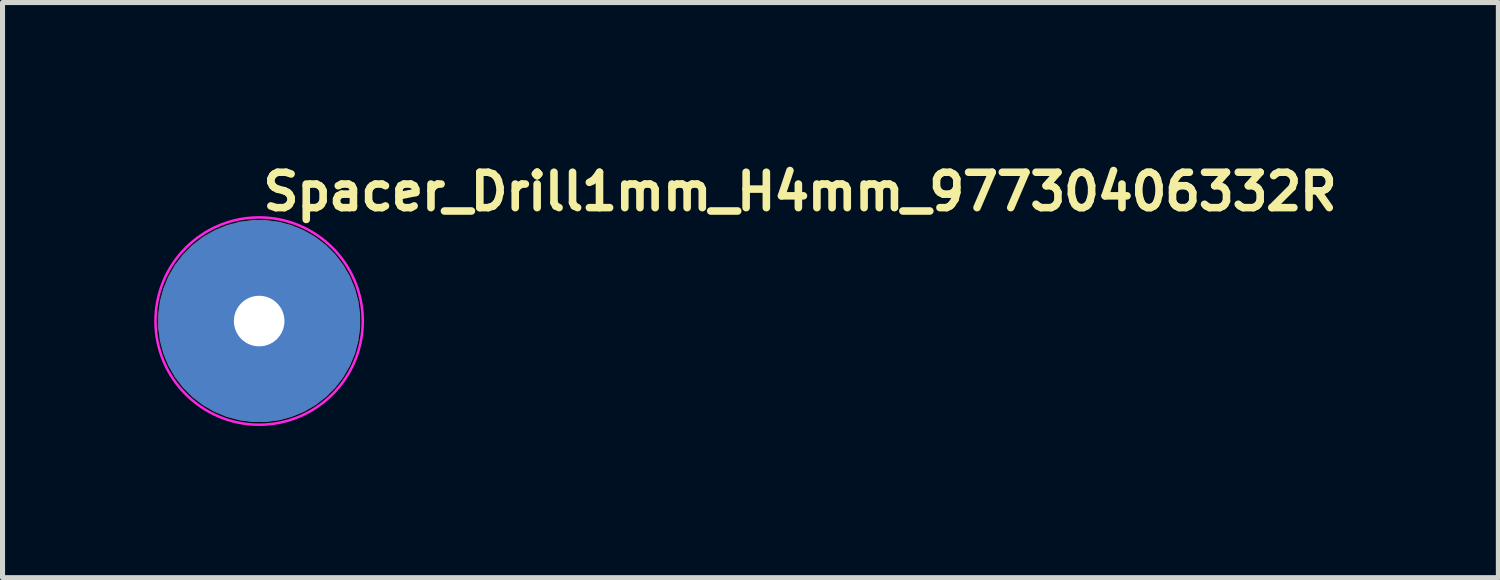
<source format=kicad_pcb>
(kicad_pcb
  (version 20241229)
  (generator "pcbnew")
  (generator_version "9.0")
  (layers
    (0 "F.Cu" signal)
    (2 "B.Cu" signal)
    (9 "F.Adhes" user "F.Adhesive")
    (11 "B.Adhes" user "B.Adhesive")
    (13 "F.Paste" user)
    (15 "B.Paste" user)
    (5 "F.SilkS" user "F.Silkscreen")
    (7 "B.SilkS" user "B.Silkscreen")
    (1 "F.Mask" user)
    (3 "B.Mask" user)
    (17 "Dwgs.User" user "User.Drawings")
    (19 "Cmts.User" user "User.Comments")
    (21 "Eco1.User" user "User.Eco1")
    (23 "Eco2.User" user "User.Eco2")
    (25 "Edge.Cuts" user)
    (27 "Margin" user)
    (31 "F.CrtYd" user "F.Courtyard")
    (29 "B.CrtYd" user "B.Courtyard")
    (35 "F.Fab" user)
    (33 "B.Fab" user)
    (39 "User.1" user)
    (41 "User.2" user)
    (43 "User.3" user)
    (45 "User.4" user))
  (footprint "Spacer_Drill1mm_H4mm_97730406332R"
    (layer "F.Cu")
    (at 2.075 3.3)
    (property "Reference" "Spacer_Drill1mm_H4mm_97730406332R" (at 0 -2.15 0) (unlocked yes) (layer "F.SilkS") (effects (font (size 0.7 0.7) (thickness 0.15)) (justify left bottom)))
    (attr smd)
    (fp_circle (center 0 0) (end 2.05 0) (stroke (width 0.05) (type solid)) (fill no) (layer "F.CrtYd"))
    (fp_rect (start -1.65 -1.65) (end 1.649 1.649) (stroke (width 0.1) (type solid)) (fill no) (layer "User.5"))
    (fp_line (start -1.65 0) (end -1.65 0) (stroke (width 0.02) (type solid)) (layer "User.9"))
    (fp_line (start -1.65 0) (end -1.647 0.084) (stroke (width 0.02) (type solid)) (layer "User.9"))
    (fp_line (start -1.647 -0.085) (end -1.65 0) (stroke (width 0.02) (type solid)) (layer "User.9"))
    (fp_line (start -1.647 0.084) (end -1.642 0.168) (stroke (width 0.02) (type solid)) (layer "User.9"))
    (fp_line (start -1.642 -0.169) (end -1.647 -0.085) (stroke (width 0.02) (type solid)) (layer "User.9"))
    (fp_line (start -1.642 0.168) (end -1.629 0.25) (stroke (width 0.02) (type solid)) (layer "User.9"))
    (fp_line (start -1.629 -0.25) (end -1.642 -0.169) (stroke (width 0.02) (type solid)) (layer "User.9"))
    (fp_line (start -1.629 0.25) (end -1.615 0.333) (stroke (width 0.02) (type solid)) (layer "User.9"))
    (fp_line (start -1.615 -0.333) (end -1.629 -0.25) (stroke (width 0.02) (type solid)) (layer "User.9"))
    (fp_line (start -1.615 0.333) (end -1.597 0.412) (stroke (width 0.02) (type solid)) (layer "User.9"))
    (fp_line (start -1.597 -0.413) (end -1.615 -0.333) (stroke (width 0.02) (type solid)) (layer "User.9"))
    (fp_line (start -1.597 0.412) (end -1.575 0.49) (stroke (width 0.02) (type solid)) (layer "User.9"))
    (fp_line (start -1.575 -0.49) (end -1.597 -0.413) (stroke (width 0.02) (type solid)) (layer "User.9"))
    (fp_line (start -1.575 0.49) (end -1.549 0.567) (stroke (width 0.02) (type solid)) (layer "User.9"))
    (fp_line (start -1.549 -0.567) (end -1.575 -0.49) (stroke (width 0.02) (type solid)) (layer "User.9"))
    (fp_line (start -1.549 0.567) (end -1.52 0.642) (stroke (width 0.02) (type solid)) (layer "User.9"))
    (fp_line (start -1.52 -0.643) (end -1.549 -0.567) (stroke (width 0.02) (type solid)) (layer "User.9"))
    (fp_line (start -1.52 0.642) (end -1.487 0.714) (stroke (width 0.02) (type solid)) (layer "User.9"))
    (fp_line (start -1.487 -0.714) (end -1.52 -0.643) (stroke (width 0.02) (type solid)) (layer "User.9"))
    (fp_line (start -1.487 0.714) (end -1.45 0.786) (stroke (width 0.02) (type solid)) (layer "User.9"))
    (fp_line (start -1.45 -0.787) (end -1.487 -0.714) (stroke (width 0.02) (type solid)) (layer "User.9"))
    (fp_line (start -1.45 0.786) (end -1.41 0.854) (stroke (width 0.02) (type solid)) (layer "User.9"))
    (fp_line (start -1.41 -0.855) (end -1.45 -0.787) (stroke (width 0.02) (type solid)) (layer "User.9"))
    (fp_line (start -1.41 0.854) (end -1.368 0.923) (stroke (width 0.02) (type solid)) (layer "User.9"))
    (fp_line (start -1.368 -0.923) (end -1.41 -0.855) (stroke (width 0.02) (type solid)) (layer "User.9"))
    (fp_line (start -1.368 0.923) (end -1.322 0.987) (stroke (width 0.02) (type solid)) (layer "User.9"))
    (fp_line (start -1.322 -0.987) (end -1.368 -0.923) (stroke (width 0.02) (type solid)) (layer "User.9"))
    (fp_line (start -1.322 0.987) (end -1.272 1.048) (stroke (width 0.02) (type solid)) (layer "User.9"))
    (fp_line (start -1.272 -1.05) (end -1.322 -0.987) (stroke (width 0.02) (type solid)) (layer "User.9"))
    (fp_line (start -1.272 1.048) (end -1.221 1.109) (stroke (width 0.02) (type solid)) (layer "User.9"))
    (fp_line (start -1.221 -1.109) (end -1.272 -1.05) (stroke (width 0.02) (type solid)) (layer "User.9"))
    (fp_line (start -1.221 1.109) (end -1.166 1.165) (stroke (width 0.02) (type solid)) (layer "User.9"))
    (fp_line (start -1.166 -1.166) (end -1.221 -1.109) (stroke (width 0.02) (type solid)) (layer "User.9"))
    (fp_line (start -1.166 1.165) (end -1.11 1.221) (stroke (width 0.02) (type solid)) (layer "User.9"))
    (fp_line (start -1.11 -1.221) (end -1.166 -1.166) (stroke (width 0.02) (type solid)) (layer "User.9"))
    (fp_line (start -1.11 1.221) (end -1.049 1.274) (stroke (width 0.02) (type solid)) (layer "User.9"))
    (fp_line (start -1.049 -1.272) (end -1.11 -1.221) (stroke (width 0.02) (type solid)) (layer "User.9"))
    (fp_line (start -1.049 1.274) (end -0.987 1.322) (stroke (width 0.02) (type solid)) (layer "User.9"))
    (fp_line (start -0.987 -1.322) (end -1.049 -1.272) (stroke (width 0.02) (type solid)) (layer "User.9"))
    (fp_line (start -0.987 1.322) (end -0.923 1.368) (stroke (width 0.02) (type solid)) (layer "User.9"))
    (fp_line (start -0.923 -1.368) (end -0.987 -1.322) (stroke (width 0.02) (type solid)) (layer "User.9"))
    (fp_line (start -0.923 1.368) (end -0.854 1.412) (stroke (width 0.02) (type solid)) (layer "User.9"))
    (fp_line (start -0.854 -1.41) (end -0.923 -1.368) (stroke (width 0.02) (type solid)) (layer "User.9"))
    (fp_line (start -0.854 1.412) (end -0.786 1.45) (stroke (width 0.02) (type solid)) (layer "User.9"))
    (fp_line (start -0.81 0) (end -0.81 0) (stroke (width 0.02) (type solid)) (layer "User.9"))
    (fp_line (start -0.81 0) (end -0.809 0.041) (stroke (width 0.02) (type solid)) (layer "User.9"))
    (fp_line (start -0.809 -0.041) (end -0.81 0) (stroke (width 0.02) (type solid)) (layer "User.9"))
    (fp_line (start -0.809 0.041) (end -0.807 0.083) (stroke (width 0.02) (type solid)) (layer "User.9"))
    (fp_line (start -0.807 -0.083) (end -0.809 -0.041) (stroke (width 0.02) (type solid)) (layer "User.9"))
    (fp_line (start -0.807 0.083) (end -0.801 0.123) (stroke (width 0.02) (type solid)) (layer "User.9"))
    (fp_line (start -0.801 -0.122) (end -0.807 -0.083) (stroke (width 0.02) (type solid)) (layer "User.9"))
    (fp_line (start -0.801 0.123) (end -0.794 0.163) (stroke (width 0.02) (type solid)) (layer "User.9"))
    (fp_line (start -0.794 -0.163) (end -0.801 -0.122) (stroke (width 0.02) (type solid)) (layer "User.9"))
    (fp_line (start -0.794 0.163) (end -0.785 0.202) (stroke (width 0.02) (type solid)) (layer "User.9"))
    (fp_line (start -0.786 -1.451) (end -0.854 -1.41) (stroke (width 0.02) (type solid)) (layer "User.9"))
    (fp_line (start -0.786 1.45) (end -0.714 1.487) (stroke (width 0.02) (type solid)) (layer "User.9"))
    (fp_line (start -0.785 -0.202) (end -0.794 -0.163) (stroke (width 0.02) (type solid)) (layer "User.9"))
    (fp_line (start -0.785 0.202) (end -0.775 0.24) (stroke (width 0.02) (type solid)) (layer "User.9"))
    (fp_line (start -0.775 -0.24) (end -0.785 -0.202) (stroke (width 0.02) (type solid)) (layer "User.9"))
    (fp_line (start -0.775 0.24) (end -0.761 0.278) (stroke (width 0.02) (type solid)) (layer "User.9"))
    (fp_line (start -0.761 -0.278) (end -0.775 -0.24) (stroke (width 0.02) (type solid)) (layer "User.9"))
    (fp_line (start -0.761 0.278) (end -0.745 0.314) (stroke (width 0.02) (type solid)) (layer "User.9"))
    (fp_line (start -0.745 -0.314) (end -0.761 -0.278) (stroke (width 0.02) (type solid)) (layer "User.9"))
    (fp_line (start -0.745 0.314) (end -0.729 0.351) (stroke (width 0.02) (type solid)) (layer "User.9"))
    (fp_line (start -0.729 -0.351) (end -0.745 -0.314) (stroke (width 0.02) (type solid)) (layer "User.9"))
    (fp_line (start -0.729 0.351) (end -0.711 0.386) (stroke (width 0.02) (type solid)) (layer "User.9"))
    (fp_line (start -0.714 -1.487) (end -0.786 -1.451) (stroke (width 0.02) (type solid)) (layer "User.9"))
    (fp_line (start -0.714 1.487) (end -0.642 1.519) (stroke (width 0.02) (type solid)) (layer "User.9"))
    (fp_line (start -0.711 -0.387) (end -0.729 -0.351) (stroke (width 0.02) (type solid)) (layer "User.9"))
    (fp_line (start -0.711 0.386) (end -0.693 0.419) (stroke (width 0.02) (type solid)) (layer "User.9"))
    (fp_line (start -0.693 -0.419) (end -0.711 -0.387) (stroke (width 0.02) (type solid)) (layer "User.9"))
    (fp_line (start -0.693 0.419) (end -0.673 0.453) (stroke (width 0.02) (type solid)) (layer "User.9"))
    (fp_line (start -0.673 -0.454) (end -0.693 -0.419) (stroke (width 0.02) (type solid)) (layer "User.9"))
    (fp_line (start -0.673 0.453) (end -0.65 0.484) (stroke (width 0.02) (type solid)) (layer "User.9"))
    (fp_line (start -0.65 -0.484) (end -0.673 -0.454) (stroke (width 0.02) (type solid)) (layer "User.9"))
    (fp_line (start -0.65 0.484) (end -0.625 0.516) (stroke (width 0.02) (type solid)) (layer "User.9"))
    (fp_line (start -0.642 -1.521) (end -0.714 -1.487) (stroke (width 0.02) (type solid)) (layer "User.9"))
    (fp_line (start -0.642 1.519) (end -0.567 1.548) (stroke (width 0.02) (type solid)) (layer "User.9"))
    (fp_line (start -0.625 -0.516) (end -0.65 -0.484) (stroke (width 0.02) (type solid)) (layer "User.9"))
    (fp_line (start -0.625 0.516) (end -0.599 0.544) (stroke (width 0.02) (type solid)) (layer "User.9"))
    (fp_line (start -0.61 0.013) (end -0.607 0.057) (stroke (width 0.02) (type solid)) (layer "User.9"))
    (fp_line (start -0.609 -0.031) (end -0.61 0.013) (stroke (width 0.02) (type solid)) (layer "User.9"))
    (fp_line (start -0.607 0.057) (end -0.601 0.102) (stroke (width 0.02) (type solid)) (layer "User.9"))
    (fp_line (start -0.604 -0.075) (end -0.609 -0.031) (stroke (width 0.02) (type solid)) (layer "User.9"))
    (fp_line (start -0.601 0.102) (end -0.591 0.145) (stroke (width 0.02) (type solid)) (layer "User.9"))
    (fp_line (start -0.599 -0.544) (end -0.625 -0.516) (stroke (width 0.02) (type solid)) (layer "User.9"))
    (fp_line (start -0.599 0.544) (end -0.573 0.573) (stroke (width 0.02) (type solid)) (layer "User.9"))
    (fp_line (start -0.597 -0.118) (end -0.604 -0.075) (stroke (width 0.02) (type solid)) (layer "User.9"))
    (fp_line (start -0.591 0.145) (end -0.58 0.189) (stroke (width 0.02) (type solid)) (layer "User.9"))
    (fp_line (start -0.588 -0.163) (end -0.597 -0.118) (stroke (width 0.02) (type solid)) (layer "User.9"))
    (fp_line (start -0.58 0.189) (end -0.564 0.233) (stroke (width 0.02) (type solid)) (layer "User.9"))
    (fp_line (start -0.575 -0.205) (end -0.588 -0.163) (stroke (width 0.02) (type solid)) (layer "User.9"))
    (fp_line (start -0.573 -0.573) (end -0.599 -0.544) (stroke (width 0.02) (type solid)) (layer "User.9"))
    (fp_line (start -0.573 0.573) (end -0.544 0.599) (stroke (width 0.02) (type solid)) (layer "User.9"))
    (fp_line (start -0.567 -1.55) (end -0.642 -1.521) (stroke (width 0.02) (type solid)) (layer "User.9"))
    (fp_line (start -0.567 1.548) (end -0.49 1.575) (stroke (width 0.02) (type solid)) (layer "User.9"))
    (fp_line (start -0.564 0.233) (end -0.564 0.233) (stroke (width 0.02) (type solid)) (layer "User.9"))
    (fp_line (start -0.564 0.233) (end -0.554 0.253) (stroke (width 0.02) (type solid)) (layer "User.9"))
    (fp_line (start -0.559 -0.245) (end -0.575 -0.205) (stroke (width 0.02) (type solid)) (layer "User.9"))
    (fp_line (start -0.554 0.253) (end -0.544 0.275) (stroke (width 0.02) (type solid)) (layer "User.9"))
    (fp_line (start -0.544 -0.599) (end -0.573 -0.573) (stroke (width 0.02) (type solid)) (layer "User.9"))
    (fp_line (start -0.544 0.275) (end -0.535 0.294) (stroke (width 0.02) (type solid)) (layer "User.9"))
    (fp_line (start -0.544 0.599) (end -0.516 0.625) (stroke (width 0.02) (type solid)) (layer "User.9"))
    (fp_line (start -0.54 -0.287) (end -0.559 -0.245) (stroke (width 0.02) (type solid)) (layer "User.9"))
    (fp_line (start -0.535 0.294) (end -0.522 0.314) (stroke (width 0.02) (type solid)) (layer "User.9"))
    (fp_line (start -0.522 0.314) (end -0.509 0.334) (stroke (width 0.02) (type solid)) (layer "User.9"))
    (fp_line (start -0.517 -0.326) (end -0.54 -0.287) (stroke (width 0.02) (type solid)) (layer "User.9"))
    (fp_line (start -0.516 -0.625) (end -0.544 -0.599) (stroke (width 0.02) (type solid)) (layer "User.9"))
    (fp_line (start -0.516 0.625) (end -0.484 0.649) (stroke (width 0.02) (type solid)) (layer "User.9"))
    (fp_line (start -0.509 0.334) (end -0.498 0.352) (stroke (width 0.02) (type solid)) (layer "User.9"))
    (fp_line (start -0.498 0.352) (end -0.484 0.37) (stroke (width 0.02) (type solid)) (layer "User.9"))
    (fp_line (start -0.49 -1.576) (end -0.567 -1.55) (stroke (width 0.02) (type solid)) (layer "User.9"))
    (fp_line (start -0.49 -0.362) (end -0.517 -0.326) (stroke (width 0.02) (type solid)) (layer "User.9"))
    (fp_line (start -0.49 1.575) (end -0.413 1.599) (stroke (width 0.02) (type solid)) (layer "User.9"))
    (fp_line (start -0.484 -0.65) (end -0.516 -0.625) (stroke (width 0.02) (type solid)) (layer "User.9"))
    (fp_line (start -0.484 0.37) (end -0.471 0.388) (stroke (width 0.02) (type solid)) (layer "User.9"))
    (fp_line (start -0.484 0.649) (end -0.453 0.673) (stroke (width 0.02) (type solid)) (layer "User.9"))
    (fp_line (start -0.471 0.388) (end -0.456 0.405) (stroke (width 0.02) (type solid)) (layer "User.9"))
    (fp_line (start -0.463 -0.397) (end -0.49 -0.362) (stroke (width 0.02) (type solid)) (layer "User.9"))
    (fp_line (start -0.456 0.405) (end -0.44 0.421) (stroke (width 0.02) (type solid)) (layer "User.9"))
    (fp_line (start -0.453 -0.673) (end -0.484 -0.65) (stroke (width 0.02) (type solid)) (layer "User.9"))
    (fp_line (start -0.453 0.673) (end -0.419 0.693) (stroke (width 0.02) (type solid)) (layer "User.9"))
    (fp_line (start -0.44 0.421) (end -0.424 0.436) (stroke (width 0.02) (type solid)) (layer "User.9"))
    (fp_line (start -0.431 -0.431) (end -0.463 -0.397) (stroke (width 0.02) (type solid)) (layer "User.9"))
    (fp_line (start -0.431 -0.431) (end -0.431 -0.431) (stroke (width 0.02) (type solid)) (layer "User.9"))
    (fp_line (start -0.424 0.436) (end -0.41 0.453) (stroke (width 0.02) (type solid)) (layer "User.9"))
    (fp_line (start -0.419 -0.694) (end -0.453 -0.673) (stroke (width 0.02) (type solid)) (layer "User.9"))
    (fp_line (start -0.419 0.693) (end -0.386 0.711) (stroke (width 0.02) (type solid)) (layer "User.9"))
    (fp_line (start -0.413 -1.598) (end -0.49 -1.576) (stroke (width 0.02) (type solid)) (layer "User.9"))
    (fp_line (start -0.413 1.599) (end -0.333 1.617) (stroke (width 0.02) (type solid)) (layer "User.9"))
    (fp_line (start -0.41 0.453) (end -0.392 0.467) (stroke (width 0.02) (type solid)) (layer "User.9"))
    (fp_line (start -0.397 -0.463) (end -0.431 -0.431) (stroke (width 0.02) (type solid)) (layer "User.9"))
    (fp_line (start -0.392 0.467) (end -0.375 0.48) (stroke (width 0.02) (type solid)) (layer "User.9"))
    (fp_line (start -0.386 -0.711) (end -0.419 -0.694) (stroke (width 0.02) (type solid)) (layer "User.9"))
    (fp_line (start -0.386 0.711) (end -0.35 0.729) (stroke (width 0.02) (type solid)) (layer "User.9"))
    (fp_line (start -0.375 0.48) (end -0.357 0.493) (stroke (width 0.02) (type solid)) (layer "User.9"))
    (fp_line (start -0.362 -0.49) (end -0.397 -0.463) (stroke (width 0.02) (type solid)) (layer "User.9"))
    (fp_line (start -0.357 0.493) (end -0.339 0.506) (stroke (width 0.02) (type solid)) (layer "User.9"))
    (fp_line (start -0.35 -0.73) (end -0.386 -0.711) (stroke (width 0.02) (type solid)) (layer "User.9"))
    (fp_line (start -0.35 0.729) (end -0.314 0.745) (stroke (width 0.02) (type solid)) (layer "User.9"))
    (fp_line (start -0.339 0.506) (end -0.32 0.519) (stroke (width 0.02) (type solid)) (layer "User.9"))
    (fp_line (start -0.333 -1.615) (end -0.413 -1.598) (stroke (width 0.02) (type solid)) (layer "User.9"))
    (fp_line (start -0.333 1.617) (end -0.251 1.631) (stroke (width 0.02) (type solid)) (layer "User.9"))
    (fp_line (start -0.325 -0.516) (end -0.362 -0.49) (stroke (width 0.02) (type solid)) (layer "User.9"))
    (fp_line (start -0.32 0.519) (end -0.301 0.53) (stroke (width 0.02) (type solid)) (layer "User.9"))
    (fp_line (start -0.314 -0.746) (end -0.35 -0.73) (stroke (width 0.02) (type solid)) (layer "User.9"))
    (fp_line (start -0.314 0.745) (end -0.278 0.761) (stroke (width 0.02) (type solid)) (layer "User.9"))
    (fp_line (start -0.301 0.53) (end -0.282 0.541) (stroke (width 0.02) (type solid)) (layer "User.9"))
    (fp_line (start -0.286 -0.54) (end -0.325 -0.516) (stroke (width 0.02) (type solid)) (layer "User.9"))
    (fp_line (start -0.282 0.541) (end -0.262 0.551) (stroke (width 0.02) (type solid)) (layer "User.9"))
    (fp_line (start -0.278 -0.761) (end -0.314 -0.746) (stroke (width 0.02) (type solid)) (layer "User.9"))
    (fp_line (start -0.278 0.761) (end -0.24 0.774) (stroke (width 0.02) (type solid)) (layer "User.9"))
    (fp_line (start -0.262 0.551) (end -0.24 0.56) (stroke (width 0.02) (type solid)) (layer "User.9"))
    (fp_line (start -0.251 -1.63) (end -0.333 -1.615) (stroke (width 0.02) (type solid)) (layer "User.9"))
    (fp_line (start -0.251 1.631) (end -0.168 1.641) (stroke (width 0.02) (type solid)) (layer "User.9"))
    (fp_line (start -0.245 -0.559) (end -0.286 -0.54) (stroke (width 0.02) (type solid)) (layer "User.9"))
    (fp_line (start -0.24 -0.775) (end -0.278 -0.761) (stroke (width 0.02) (type solid)) (layer "User.9"))
    (fp_line (start -0.24 0.56) (end -0.221 0.569) (stroke (width 0.02) (type solid)) (layer "User.9"))
    (fp_line (start -0.24 0.774) (end -0.203 0.785) (stroke (width 0.02) (type solid)) (layer "User.9"))
    (fp_line (start -0.221 0.569) (end -0.2 0.577) (stroke (width 0.02) (type solid)) (layer "User.9"))
    (fp_line (start -0.205 -0.576) (end -0.245 -0.559) (stroke (width 0.02) (type solid)) (layer "User.9"))
    (fp_line (start -0.203 -0.785) (end -0.24 -0.775) (stroke (width 0.02) (type solid)) (layer "User.9"))
    (fp_line (start -0.203 0.785) (end -0.163 0.794) (stroke (width 0.02) (type solid)) (layer "User.9"))
    (fp_line (start -0.2 0.577) (end -0.179 0.583) (stroke (width 0.02) (type solid)) (layer "User.9"))
    (fp_line (start -0.179 0.583) (end -0.157 0.588) (stroke (width 0.02) (type solid)) (layer "User.9"))
    (fp_line (start -0.168 -1.641) (end -0.251 -1.63) (stroke (width 0.02) (type solid)) (layer "User.9"))
    (fp_line (start -0.168 1.641) (end -0.084 1.646) (stroke (width 0.02) (type solid)) (layer "User.9"))
    (fp_line (start -0.163 -0.794) (end -0.203 -0.785) (stroke (width 0.02) (type solid)) (layer "User.9"))
    (fp_line (start -0.163 -0.588) (end -0.205 -0.576) (stroke (width 0.02) (type solid)) (layer "User.9"))
    (fp_line (start -0.163 0.794) (end -0.123 0.801) (stroke (width 0.02) (type solid)) (layer "User.9"))
    (fp_line (start -0.157 0.588) (end -0.136 0.594) (stroke (width 0.02) (type solid)) (layer "User.9"))
    (fp_line (start -0.136 0.594) (end -0.113 0.599) (stroke (width 0.02) (type solid)) (layer "User.9"))
    (fp_line (start -0.123 -0.801) (end -0.163 -0.794) (stroke (width 0.02) (type solid)) (layer "User.9"))
    (fp_line (start -0.123 0.801) (end -0.083 0.806) (stroke (width 0.02) (type solid)) (layer "User.9"))
    (fp_line (start -0.118 -0.598) (end -0.163 -0.588) (stroke (width 0.02) (type solid)) (layer "User.9"))
    (fp_line (start -0.113 0.599) (end -0.091 0.602) (stroke (width 0.02) (type solid)) (layer "User.9"))
    (fp_line (start -0.091 0.602) (end -0.068 0.605) (stroke (width 0.02) (type solid)) (layer "User.9"))
    (fp_line (start -0.084 -1.647) (end -0.168 -1.641) (stroke (width 0.02) (type solid)) (layer "User.9"))
    (fp_line (start -0.084 1.646) (end 0.001 1.649) (stroke (width 0.02) (type solid)) (layer "User.9"))
    (fp_line (start -0.083 -0.807) (end -0.123 -0.801) (stroke (width 0.02) (type solid)) (layer "User.9"))
    (fp_line (start -0.083 0.806) (end -0.041 0.809) (stroke (width 0.02) (type solid)) (layer "User.9"))
    (fp_line (start -0.075 -0.605) (end -0.118 -0.598) (stroke (width 0.02) (type solid)) (layer "User.9"))
    (fp_line (start -0.068 0.605) (end -0.044 0.607) (stroke (width 0.02) (type solid)) (layer "User.9"))
    (fp_line (start -0.044 0.607) (end -0.022 0.609) (stroke (width 0.02) (type solid)) (layer "User.9"))
    (fp_line (start -0.041 -0.81) (end -0.083 -0.807) (stroke (width 0.02) (type solid)) (layer "User.9"))
    (fp_line (start -0.041 0.809) (end 0.001 0.81) (stroke (width 0.02) (type solid)) (layer "User.9"))
    (fp_line (start -0.03 -0.609) (end -0.075 -0.605) (stroke (width 0.02) (type solid)) (layer "User.9"))
    (fp_line (start -0.022 0.609) (end 0.001 0.609) (stroke (width 0.02) (type solid)) (layer "User.9"))
    (fp_line (start 0.001 -1.65) (end -0.084 -1.647) (stroke (width 0.02) (type solid)) (layer "User.9"))
    (fp_line (start 0.001 -1.65) (end 0.001 -1.65) (stroke (width 0.02) (type solid)) (layer "User.9"))
    (fp_line (start 0.001 -0.81) (end -0.041 -0.81) (stroke (width 0.02) (type solid)) (layer "User.9"))
    (fp_line (start 0.001 -0.81) (end 0.001 -0.81) (stroke (width 0.02) (type solid)) (layer "User.9"))
    (fp_line (start 0.001 0.609) (end 0.03 0.609) (stroke (width 0.02) (type solid)) (layer "User.9"))
    (fp_line (start 0.001 0.81) (end 0.001 0.81) (stroke (width 0.02) (type solid)) (layer "User.9"))
    (fp_line (start 0.001 0.81) (end 0.041 0.809) (stroke (width 0.02) (type solid)) (layer "User.9"))
    (fp_line (start 0.001 1.649) (end 0.001 1.649) (stroke (width 0.02) (type solid)) (layer "User.9"))
    (fp_line (start 0.001 1.649) (end 0.084 1.646) (stroke (width 0.02) (type solid)) (layer "User.9"))
    (fp_line (start 0.014 -0.609) (end -0.03 -0.609) (stroke (width 0.02) (type solid)) (layer "User.9"))
    (fp_line (start 0.03 0.609) (end 0.06 0.607) (stroke (width 0.02) (type solid)) (layer "User.9"))
    (fp_line (start 0.041 -0.81) (end 0.001 -0.81) (stroke (width 0.02) (type solid)) (layer "User.9"))
    (fp_line (start 0.041 0.809) (end 0.083 0.806) (stroke (width 0.02) (type solid)) (layer "User.9"))
    (fp_line (start 0.057 -0.607) (end 0.014 -0.609) (stroke (width 0.02) (type solid)) (layer "User.9"))
    (fp_line (start 0.06 0.607) (end 0.089 0.602) (stroke (width 0.02) (type solid)) (layer "User.9"))
    (fp_line (start 0.083 -0.807) (end 0.041 -0.81) (stroke (width 0.02) (type solid)) (layer "User.9"))
    (fp_line (start 0.083 0.806) (end 0.123 0.801) (stroke (width 0.02) (type solid)) (layer "User.9"))
    (fp_line (start 0.084 -1.647) (end 0.001 -1.65) (stroke (width 0.02) (type solid)) (layer "User.9"))
    (fp_line (start 0.084 1.646) (end 0.169 1.641) (stroke (width 0.02) (type solid)) (layer "User.9"))
    (fp_line (start 0.089 0.602) (end 0.12 0.597) (stroke (width 0.02) (type solid)) (layer "User.9"))
    (fp_line (start 0.102 -0.601) (end 0.057 -0.607) (stroke (width 0.02) (type solid)) (layer "User.9"))
    (fp_line (start 0.12 0.597) (end 0.147 0.591) (stroke (width 0.02) (type solid)) (layer "User.9"))
    (fp_line (start 0.123 -0.801) (end 0.083 -0.807) (stroke (width 0.02) (type solid)) (layer "User.9"))
    (fp_line (start 0.123 0.801) (end 0.163 0.794) (stroke (width 0.02) (type solid)) (layer "User.9"))
    (fp_line (start 0.145 -0.592) (end 0.102 -0.601) (stroke (width 0.02) (type solid)) (layer "User.9"))
    (fp_line (start 0.147 0.591) (end 0.177 0.583) (stroke (width 0.02) (type solid)) (layer "User.9"))
    (fp_line (start 0.163 -0.794) (end 0.123 -0.801) (stroke (width 0.02) (type solid)) (layer "User.9"))
    (fp_line (start 0.163 0.794) (end 0.203 0.785) (stroke (width 0.02) (type solid)) (layer "User.9"))
    (fp_line (start 0.169 -1.641) (end 0.084 -1.647) (stroke (width 0.02) (type solid)) (layer "User.9"))
    (fp_line (start 0.169 1.641) (end 0.251 1.631) (stroke (width 0.02) (type solid)) (layer "User.9"))
    (fp_line (start 0.177 0.583) (end 0.206 0.575) (stroke (width 0.02) (type solid)) (layer "User.9"))
    (fp_line (start 0.19 -0.58) (end 0.145 -0.592) (stroke (width 0.02) (type solid)) (layer "User.9"))
    (fp_line (start 0.203 -0.785) (end 0.163 -0.794) (stroke (width 0.02) (type solid)) (layer "User.9"))
    (fp_line (start 0.203 0.785) (end 0.24 0.774) (stroke (width 0.02) (type solid)) (layer "User.9"))
    (fp_line (start 0.206 0.575) (end 0.233 0.564) (stroke (width 0.02) (type solid)) (layer "User.9"))
    (fp_line (start 0.233 -0.564) (end 0.19 -0.58) (stroke (width 0.02) (type solid)) (layer "User.9"))
    (fp_line (start 0.233 -0.564) (end 0.233 -0.564) (stroke (width 0.02) (type solid)) (layer "User.9"))
    (fp_line (start 0.233 0.564) (end 0.261 0.551) (stroke (width 0.02) (type solid)) (layer "User.9"))
    (fp_line (start 0.24 -0.775) (end 0.203 -0.785) (stroke (width 0.02) (type solid)) (layer "User.9"))
    (fp_line (start 0.24 0.774) (end 0.278 0.761) (stroke (width 0.02) (type solid)) (layer "User.9"))
    (fp_line (start 0.251 -1.63) (end 0.169 -1.641) (stroke (width 0.02) (type solid)) (layer "User.9"))
    (fp_line (start 0.251 1.631) (end 0.333 1.617) (stroke (width 0.02) (type solid)) (layer "User.9"))
    (fp_line (start 0.261 0.551) (end 0.288 0.538) (stroke (width 0.02) (type solid)) (layer "User.9"))
    (fp_line (start 0.275 -0.544) (end 0.233 -0.564) (stroke (width 0.02) (type solid)) (layer "User.9"))
    (fp_line (start 0.278 -0.761) (end 0.24 -0.775) (stroke (width 0.02) (type solid)) (layer "User.9"))
    (fp_line (start 0.278 0.761) (end 0.315 0.745) (stroke (width 0.02) (type solid)) (layer "User.9"))
    (fp_line (start 0.288 0.538) (end 0.312 0.524) (stroke (width 0.02) (type solid)) (layer "User.9"))
    (fp_line (start 0.312 0.524) (end 0.339 0.506) (stroke (width 0.02) (type solid)) (layer "User.9"))
    (fp_line (start 0.315 -0.746) (end 0.278 -0.761) (stroke (width 0.02) (type solid)) (layer "User.9"))
    (fp_line (start 0.315 -0.522) (end 0.275 -0.544) (stroke (width 0.02) (type solid)) (layer "User.9"))
    (fp_line (start 0.315 0.745) (end 0.352 0.729) (stroke (width 0.02) (type solid)) (layer "User.9"))
    (fp_line (start 0.333 -1.615) (end 0.251 -1.63) (stroke (width 0.02) (type solid)) (layer "User.9"))
    (fp_line (start 0.333 1.617) (end 0.413 1.599) (stroke (width 0.02) (type solid)) (layer "User.9"))
    (fp_line (start 0.339 0.506) (end 0.363 0.49) (stroke (width 0.02) (type solid)) (layer "User.9"))
    (fp_line (start 0.352 -0.73) (end 0.315 -0.746) (stroke (width 0.02) (type solid)) (layer "User.9"))
    (fp_line (start 0.352 -0.497) (end 0.315 -0.522) (stroke (width 0.02) (type solid)) (layer "User.9"))
    (fp_line (start 0.352 0.729) (end 0.387 0.711) (stroke (width 0.02) (type solid)) (layer "User.9"))
    (fp_line (start 0.363 0.49) (end 0.387 0.472) (stroke (width 0.02) (type solid)) (layer "User.9"))
    (fp_line (start 0.387 -0.711) (end 0.352 -0.73) (stroke (width 0.02) (type solid)) (layer "User.9"))
    (fp_line (start 0.387 0.472) (end 0.41 0.452) (stroke (width 0.02) (type solid)) (layer "User.9"))
    (fp_line (start 0.387 0.711) (end 0.419 0.693) (stroke (width 0.02) (type solid)) (layer "User.9"))
    (fp_line (start 0.389 -0.471) (end 0.352 -0.497) (stroke (width 0.02) (type solid)) (layer "User.9"))
    (fp_line (start 0.41 0.452) (end 0.431 0.431) (stroke (width 0.02) (type solid)) (layer "User.9"))
    (fp_line (start 0.413 -1.598) (end 0.333 -1.615) (stroke (width 0.02) (type solid)) (layer "User.9"))
    (fp_line (start 0.413 1.599) (end 0.49 1.575) (stroke (width 0.02) (type solid)) (layer "User.9"))
    (fp_line (start 0.419 -0.694) (end 0.387 -0.711) (stroke (width 0.02) (type solid)) (layer "User.9"))
    (fp_line (start 0.419 0.693) (end 0.453 0.673) (stroke (width 0.02) (type solid)) (layer "User.9"))
    (fp_line (start 0.421 -0.441) (end 0.389 -0.471) (stroke (width 0.02) (type solid)) (layer "User.9"))
    (fp_line (start 0.431 0.431) (end 0.431 0.431) (stroke (width 0.02) (type solid)) (layer "User.9"))
    (fp_line (start 0.431 0.431) (end 0.453 0.41) (stroke (width 0.02) (type solid)) (layer "User.9"))
    (fp_line (start 0.453 -0.673) (end 0.419 -0.694) (stroke (width 0.02) (type solid)) (layer "User.9"))
    (fp_line (start 0.453 -0.41) (end 0.421 -0.441) (stroke (width 0.02) (type solid)) (layer "User.9"))
    (fp_line (start 0.453 0.41) (end 0.472 0.386) (stroke (width 0.02) (type solid)) (layer "User.9"))
    (fp_line (start 0.453 0.673) (end 0.484 0.649) (stroke (width 0.02) (type solid)) (layer "User.9"))
    (fp_line (start 0.472 0.386) (end 0.49 0.362) (stroke (width 0.02) (type solid)) (layer "User.9"))
    (fp_line (start 0.48 -0.375) (end 0.453 -0.41) (stroke (width 0.02) (type solid)) (layer "User.9"))
    (fp_line (start 0.484 -0.65) (end 0.453 -0.673) (stroke (width 0.02) (type solid)) (layer "User.9"))
    (fp_line (start 0.484 0.649) (end 0.516 0.625) (stroke (width 0.02) (type solid)) (layer "User.9"))
    (fp_line (start 0.49 -1.576) (end 0.413 -1.598) (stroke (width 0.02) (type solid)) (layer "User.9"))
    (fp_line (start 0.49 0.362) (end 0.506 0.338) (stroke (width 0.02) (type solid)) (layer "User.9"))
    (fp_line (start 0.49 1.575) (end 0.567 1.548) (stroke (width 0.02) (type solid)) (layer "User.9"))
    (fp_line (start 0.506 -0.339) (end 0.48 -0.375) (stroke (width 0.02) (type solid)) (layer "User.9"))
    (fp_line (start 0.506 0.338) (end 0.524 0.312) (stroke (width 0.02) (type solid)) (layer "User.9"))
    (fp_line (start 0.516 -0.625) (end 0.484 -0.65) (stroke (width 0.02) (type solid)) (layer "User.9"))
    (fp_line (start 0.516 0.625) (end 0.544 0.599) (stroke (width 0.02) (type solid)) (layer "User.9"))
    (fp_line (start 0.524 0.312) (end 0.538 0.287) (stroke (width 0.02) (type solid)) (layer "User.9"))
    (fp_line (start 0.53 -0.301) (end 0.506 -0.339) (stroke (width 0.02) (type solid)) (layer "User.9"))
    (fp_line (start 0.538 0.287) (end 0.552 0.261) (stroke (width 0.02) (type solid)) (layer "User.9"))
    (fp_line (start 0.544 -0.599) (end 0.516 -0.625) (stroke (width 0.02) (type solid)) (layer "User.9"))
    (fp_line (start 0.544 0.599) (end 0.573 0.573) (stroke (width 0.02) (type solid)) (layer "User.9"))
    (fp_line (start 0.552 -0.262) (end 0.53 -0.301) (stroke (width 0.02) (type solid)) (layer "User.9"))
    (fp_line (start 0.552 0.261) (end 0.565 0.233) (stroke (width 0.02) (type solid)) (layer "User.9"))
    (fp_line (start 0.565 0.233) (end 0.575 0.205) (stroke (width 0.02) (type solid)) (layer "User.9"))
    (fp_line (start 0.567 -1.55) (end 0.49 -1.576) (stroke (width 0.02) (type solid)) (layer "User.9"))
    (fp_line (start 0.567 1.548) (end 0.642 1.519) (stroke (width 0.02) (type solid)) (layer "User.9"))
    (fp_line (start 0.57 -0.221) (end 0.552 -0.262) (stroke (width 0.02) (type solid)) (layer "User.9"))
    (fp_line (start 0.573 -0.573) (end 0.544 -0.599) (stroke (width 0.02) (type solid)) (layer "User.9"))
    (fp_line (start 0.573 0.573) (end 0.599 0.544) (stroke (width 0.02) (type solid)) (layer "User.9"))
    (fp_line (start 0.575 0.205) (end 0.583 0.176) (stroke (width 0.02) (type solid)) (layer "User.9"))
    (fp_line (start 0.583 -0.179) (end 0.57 -0.221) (stroke (width 0.02) (type solid)) (layer "User.9"))
    (fp_line (start 0.583 0.176) (end 0.591 0.147) (stroke (width 0.02) (type solid)) (layer "User.9"))
    (fp_line (start 0.591 0.147) (end 0.597 0.12) (stroke (width 0.02) (type solid)) (layer "User.9"))
    (fp_line (start 0.594 -0.136) (end 0.583 -0.179) (stroke (width 0.02) (type solid)) (layer "User.9"))
    (fp_line (start 0.597 0.12) (end 0.602 0.089) (stroke (width 0.02) (type solid)) (layer "User.9"))
    (fp_line (start 0.599 -0.544) (end 0.573 -0.573) (stroke (width 0.02) (type solid)) (layer "User.9"))
    (fp_line (start 0.599 0.544) (end 0.625 0.516) (stroke (width 0.02) (type solid)) (layer "User.9"))
    (fp_line (start 0.602 -0.091) (end 0.594 -0.136) (stroke (width 0.02) (type solid)) (layer "User.9"))
    (fp_line (start 0.602 0.089) (end 0.607 0.059) (stroke (width 0.02) (type solid)) (layer "User.9"))
    (fp_line (start 0.607 -0.044) (end 0.602 -0.091) (stroke (width 0.02) (type solid)) (layer "User.9"))
    (fp_line (start 0.607 0.059) (end 0.609 0.029) (stroke (width 0.02) (type solid)) (layer "User.9"))
    (fp_line (start 0.609 0.029) (end 0.61 0) (stroke (width 0.02) (type solid)) (layer "User.9"))
    (fp_line (start 0.61 0) (end 0.607 -0.044) (stroke (width 0.02) (type solid)) (layer "User.9"))
    (fp_line (start 0.625 -0.516) (end 0.599 -0.544) (stroke (width 0.02) (type solid)) (layer "User.9"))
    (fp_line (start 0.625 0.516) (end 0.65 0.484) (stroke (width 0.02) (type solid)) (layer "User.9"))
    (fp_line (start 0.642 -1.521) (end 0.567 -1.55) (stroke (width 0.02) (type solid)) (layer "User.9"))
    (fp_line (start 0.642 1.519) (end 0.714 1.487) (stroke (width 0.02) (type solid)) (layer "User.9"))
    (fp_line (start 0.65 -0.484) (end 0.625 -0.516) (stroke (width 0.02) (type solid)) (layer "User.9"))
    (fp_line (start 0.65 0.484) (end 0.673 0.453) (stroke (width 0.02) (type solid)) (layer "User.9"))
    (fp_line (start 0.673 -0.454) (end 0.65 -0.484) (stroke (width 0.02) (type solid)) (layer "User.9"))
    (fp_line (start 0.673 0.453) (end 0.693 0.419) (stroke (width 0.02) (type solid)) (layer "User.9"))
    (fp_line (start 0.693 -0.419) (end 0.673 -0.454) (stroke (width 0.02) (type solid)) (layer "User.9"))
    (fp_line (start 0.693 0.419) (end 0.712 0.386) (stroke (width 0.02) (type solid)) (layer "User.9"))
    (fp_line (start 0.712 -0.387) (end 0.693 -0.419) (stroke (width 0.02) (type solid)) (layer "User.9"))
    (fp_line (start 0.712 0.386) (end 0.73 0.351) (stroke (width 0.02) (type solid)) (layer "User.9"))
    (fp_line (start 0.714 -1.487) (end 0.642 -1.521) (stroke (width 0.02) (type solid)) (layer "User.9"))
    (fp_line (start 0.714 1.487) (end 0.786 1.45) (stroke (width 0.02) (type solid)) (layer "User.9"))
    (fp_line (start 0.73 -0.351) (end 0.712 -0.387) (stroke (width 0.02) (type solid)) (layer "User.9"))
    (fp_line (start 0.73 0.351) (end 0.746 0.314) (stroke (width 0.02) (type solid)) (layer "User.9"))
    (fp_line (start 0.746 -0.314) (end 0.73 -0.351) (stroke (width 0.02) (type solid)) (layer "User.9"))
    (fp_line (start 0.746 0.314) (end 0.761 0.278) (stroke (width 0.02) (type solid)) (layer "User.9"))
    (fp_line (start 0.761 -0.278) (end 0.746 -0.314) (stroke (width 0.02) (type solid)) (layer "User.9"))
    (fp_line (start 0.761 0.278) (end 0.774 0.24) (stroke (width 0.02) (type solid)) (layer "User.9"))
    (fp_line (start 0.774 -0.24) (end 0.761 -0.278) (stroke (width 0.02) (type solid)) (layer "User.9"))
    (fp_line (start 0.774 0.24) (end 0.785 0.202) (stroke (width 0.02) (type solid)) (layer "User.9"))
    (fp_line (start 0.785 -0.202) (end 0.774 -0.24) (stroke (width 0.02) (type solid)) (layer "User.9"))
    (fp_line (start 0.785 0.202) (end 0.794 0.163) (stroke (width 0.02) (type solid)) (layer "User.9"))
    (fp_line (start 0.786 -1.451) (end 0.714 -1.487) (stroke (width 0.02) (type solid)) (layer "User.9"))
    (fp_line (start 0.786 1.45) (end 0.855 1.412) (stroke (width 0.02) (type solid)) (layer "User.9"))
    (fp_line (start 0.794 -0.163) (end 0.785 -0.202) (stroke (width 0.02) (type solid)) (layer "User.9"))
    (fp_line (start 0.794 0.163) (end 0.802 0.123) (stroke (width 0.02) (type solid)) (layer "User.9"))
    (fp_line (start 0.802 -0.122) (end 0.794 -0.163) (stroke (width 0.02) (type solid)) (layer "User.9"))
    (fp_line (start 0.802 0.123) (end 0.806 0.083) (stroke (width 0.02) (type solid)) (layer "User.9"))
    (fp_line (start 0.806 -0.083) (end 0.802 -0.122) (stroke (width 0.02) (type solid)) (layer "User.9"))
    (fp_line (start 0.806 0.083) (end 0.81 0.041) (stroke (width 0.02) (type solid)) (layer "User.9"))
    (fp_line (start 0.81 -0.041) (end 0.806 -0.083) (stroke (width 0.02) (type solid)) (layer "User.9"))
    (fp_line (start 0.81 0) (end 0.81 -0.041) (stroke (width 0.02) (type solid)) (layer "User.9"))
    (fp_line (start 0.81 0) (end 0.81 0) (stroke (width 0.02) (type solid)) (layer "User.9"))
    (fp_line (start 0.81 0) (end 0.81 0) (stroke (width 0.02) (type solid)) (layer "User.9"))
    (fp_line (start 0.81 0.041) (end 0.81 0) (stroke (width 0.02) (type solid)) (layer "User.9"))
    (fp_line (start 0.855 -1.41) (end 0.786 -1.451) (stroke (width 0.02) (type solid)) (layer "User.9"))
    (fp_line (start 0.855 1.412) (end 0.923 1.368) (stroke (width 0.02) (type solid)) (layer "User.9"))
    (fp_line (start 0.923 -1.368) (end 0.855 -1.41) (stroke (width 0.02) (type solid)) (layer "User.9"))
    (fp_line (start 0.923 1.368) (end 0.987 1.322) (stroke (width 0.02) (type solid)) (layer "User.9"))
    (fp_line (start 0.987 -1.322) (end 0.923 -1.368) (stroke (width 0.02) (type solid)) (layer "User.9"))
    (fp_line (start 0.987 1.322) (end 1.049 1.274) (stroke (width 0.02) (type solid)) (layer "User.9"))
    (fp_line (start 1.049 -1.272) (end 0.987 -1.322) (stroke (width 0.02) (type solid)) (layer "User.9"))
    (fp_line (start 1.049 1.274) (end 1.109 1.221) (stroke (width 0.02) (type solid)) (layer "User.9"))
    (fp_line (start 1.109 -1.221) (end 1.049 -1.272) (stroke (width 0.02) (type solid)) (layer "User.9"))
    (fp_line (start 1.109 1.221) (end 1.166 1.165) (stroke (width 0.02) (type solid)) (layer "User.9"))
    (fp_line (start 1.166 -1.166) (end 1.109 -1.221) (stroke (width 0.02) (type solid)) (layer "User.9"))
    (fp_line (start 1.166 1.165) (end 1.222 1.109) (stroke (width 0.02) (type solid)) (layer "User.9"))
    (fp_line (start 1.222 -1.109) (end 1.166 -1.166) (stroke (width 0.02) (type solid)) (layer "User.9"))
    (fp_line (start 1.222 1.109) (end 1.274 1.048) (stroke (width 0.02) (type solid)) (layer "User.9"))
    (fp_line (start 1.274 -1.05) (end 1.222 -1.109) (stroke (width 0.02) (type solid)) (layer "User.9"))
    (fp_line (start 1.274 1.048) (end 1.323 0.987) (stroke (width 0.02) (type solid)) (layer "User.9"))
    (fp_line (start 1.323 -0.987) (end 1.274 -1.05) (stroke (width 0.02) (type solid)) (layer "User.9"))
    (fp_line (start 1.323 0.987) (end 1.369 0.923) (stroke (width 0.02) (type solid)) (layer "User.9"))
    (fp_line (start 1.369 -0.923) (end 1.323 -0.987) (stroke (width 0.02) (type solid)) (layer "User.9"))
    (fp_line (start 1.369 0.923) (end 1.412 0.854) (stroke (width 0.02) (type solid)) (layer "User.9"))
    (fp_line (start 1.412 -0.855) (end 1.369 -0.923) (stroke (width 0.02) (type solid)) (layer "User.9"))
    (fp_line (start 1.412 0.854) (end 1.45 0.786) (stroke (width 0.02) (type solid)) (layer "User.9"))
    (fp_line (start 1.45 -0.787) (end 1.412 -0.855) (stroke (width 0.02) (type solid)) (layer "User.9"))
    (fp_line (start 1.45 0.786) (end 1.488 0.714) (stroke (width 0.02) (type solid)) (layer "User.9"))
    (fp_line (start 1.488 -0.714) (end 1.45 -0.787) (stroke (width 0.02) (type solid)) (layer "User.9"))
    (fp_line (start 1.488 0.714) (end 1.52 0.642) (stroke (width 0.02) (type solid)) (layer "User.9"))
    (fp_line (start 1.52 -0.643) (end 1.488 -0.714) (stroke (width 0.02) (type solid)) (layer "User.9"))
    (fp_line (start 1.52 0.642) (end 1.549 0.567) (stroke (width 0.02) (type solid)) (layer "User.9"))
    (fp_line (start 1.549 -0.567) (end 1.52 -0.643) (stroke (width 0.02) (type solid)) (layer "User.9"))
    (fp_line (start 1.549 0.567) (end 1.575 0.49) (stroke (width 0.02) (type solid)) (layer "User.9"))
    (fp_line (start 1.575 -0.49) (end 1.549 -0.567) (stroke (width 0.02) (type solid)) (layer "User.9"))
    (fp_line (start 1.575 0.49) (end 1.599 0.412) (stroke (width 0.02) (type solid)) (layer "User.9"))
    (fp_line (start 1.599 -0.413) (end 1.575 -0.49) (stroke (width 0.02) (type solid)) (layer "User.9"))
    (fp_line (start 1.599 0.412) (end 1.617 0.333) (stroke (width 0.02) (type solid)) (layer "User.9"))
    (fp_line (start 1.617 -0.333) (end 1.599 -0.413) (stroke (width 0.02) (type solid)) (layer "User.9"))
    (fp_line (start 1.617 0.333) (end 1.631 0.25) (stroke (width 0.02) (type solid)) (layer "User.9"))
    (fp_line (start 1.631 -0.25) (end 1.617 -0.333) (stroke (width 0.02) (type solid)) (layer "User.9"))
    (fp_line (start 1.631 0.25) (end 1.641 0.168) (stroke (width 0.02) (type solid)) (layer "User.9"))
    (fp_line (start 1.641 -0.169) (end 1.631 -0.25) (stroke (width 0.02) (type solid)) (layer "User.9"))
    (fp_line (start 1.641 0.168) (end 1.647 0.084) (stroke (width 0.02) (type solid)) (layer "User.9"))
    (fp_line (start 1.647 -0.085) (end 1.641 -0.169) (stroke (width 0.02) (type solid)) (layer "User.9"))
    (fp_line (start 1.647 0.084) (end 1.649 0) (stroke (width 0.02) (type solid)) (layer "User.9"))
    (fp_line (start 1.649 0) (end 1.647 -0.085) (stroke (width 0.02) (type solid)) (layer "User.9"))
    (fp_line (start 1.649 0) (end 1.649 0) (stroke (width 0.02) (type solid)) (layer "User.9"))
    (fp_line (start 1.649 0) (end 1.649 0) (stroke (width 0.02) (type solid)) (layer "User.9"))
    (pad "1" thru_hole custom (at 0.001 0) (size 4 4) (drill 1) (layers "*.Cu" "*.Mask" "F.Paste") (options (anchor circle)) (primitives)))
  (gr_rect
    (start -3 -3)
    (end 26.585 8.375)
    (stroke (width 0.1) (type default))
    (fill no)
    (layer "Edge.Cuts")))
</source>
